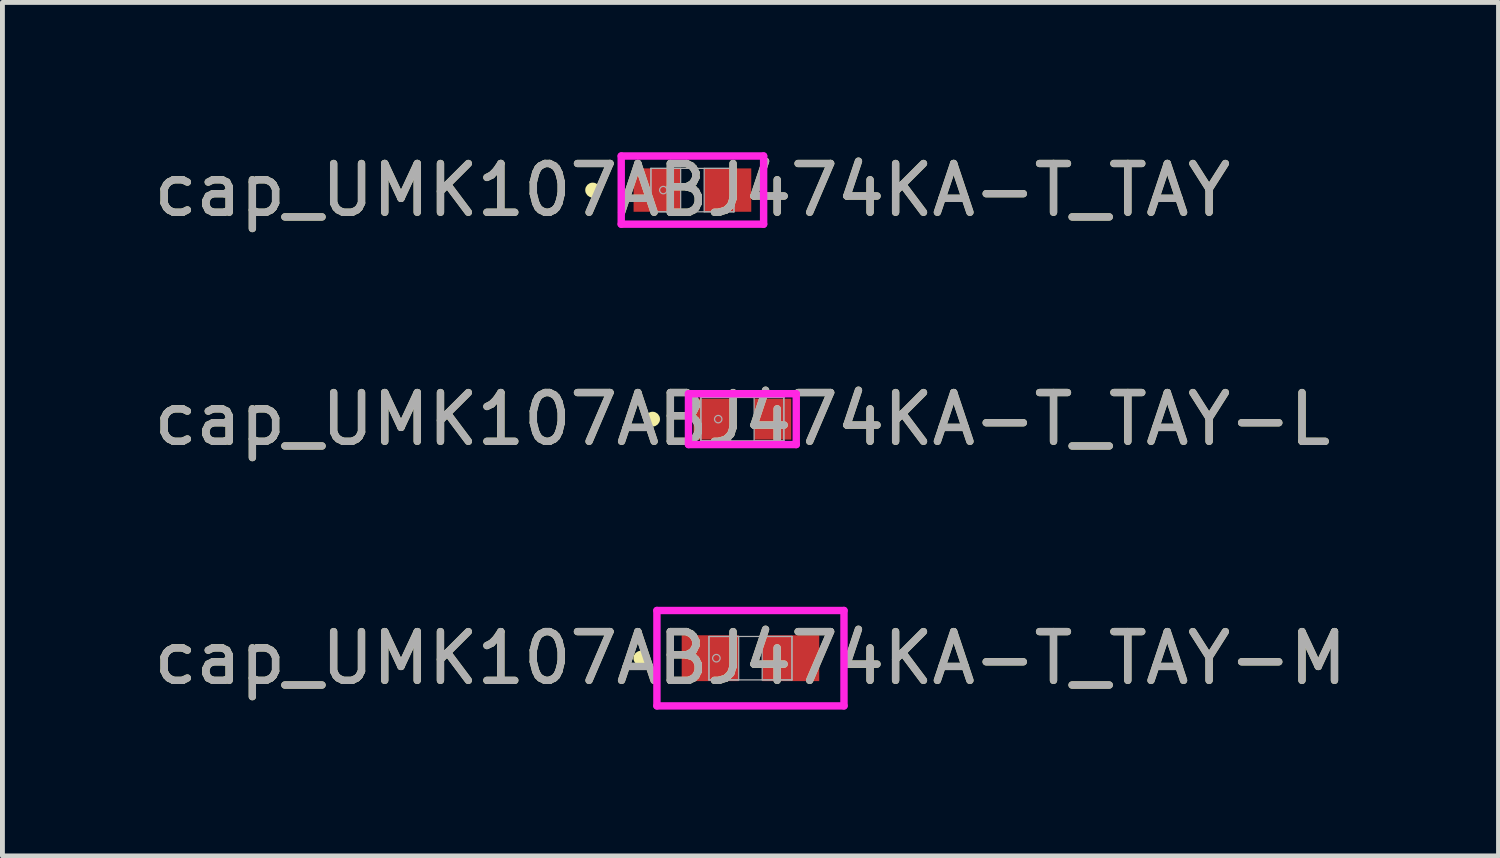
<source format=kicad_pcb>
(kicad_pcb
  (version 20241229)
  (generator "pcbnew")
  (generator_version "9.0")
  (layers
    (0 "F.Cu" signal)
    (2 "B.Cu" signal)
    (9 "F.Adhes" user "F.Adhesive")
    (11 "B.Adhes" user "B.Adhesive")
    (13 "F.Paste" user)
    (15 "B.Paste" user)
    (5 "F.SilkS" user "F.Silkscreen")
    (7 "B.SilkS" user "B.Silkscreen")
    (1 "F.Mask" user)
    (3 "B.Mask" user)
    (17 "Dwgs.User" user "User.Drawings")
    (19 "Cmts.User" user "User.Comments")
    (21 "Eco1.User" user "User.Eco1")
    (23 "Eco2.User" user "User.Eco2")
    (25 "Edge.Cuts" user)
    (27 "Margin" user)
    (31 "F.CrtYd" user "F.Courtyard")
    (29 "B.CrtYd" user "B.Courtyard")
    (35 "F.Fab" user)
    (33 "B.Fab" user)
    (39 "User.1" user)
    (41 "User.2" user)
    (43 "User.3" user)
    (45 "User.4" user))
  (footprint "cap_UMK107ABJ474KA-T_TAY"
    (layer "F.Cu")
    (at 11.149 0.848)
    (property "Reference" "cap_UMK107ABJ474KA-T_TAY" (at 0 0 0) (unlocked yes) (layer "F.SilkS") (effects (font (size 1 1) (thickness 0.15))))
    (attr smd)
    (fp_circle (center -2.045 0) (end -1.968 0) (stroke (width 0.152) (type solid)) (fill no) (layer "F.SilkS"))
    (fp_line (start -1.46 -0.699) (end 1.46 -0.699) (stroke (width 0.152) (type solid)) (layer "F.CrtYd"))
    (fp_line (start -1.46 0.699) (end -1.46 -0.699) (stroke (width 0.152) (type solid)) (layer "F.CrtYd"))
    (fp_line (start 1.46 -0.699) (end 1.46 0.699) (stroke (width 0.152) (type solid)) (layer "F.CrtYd"))
    (fp_line (start 1.46 0.699) (end -1.46 0.699) (stroke (width 0.152) (type solid)) (layer "F.CrtYd"))
    (fp_line (start -0.851 -0.445) (end -0.851 0.445) (stroke (width 0.025) (type solid)) (layer "F.Fab"))
    (fp_line (start -0.851 -0.445) (end -0.851 0.445) (stroke (width 0.025) (type solid)) (layer "F.Fab"))
    (fp_line (start -0.851 0.445) (end -0.241 0.445) (stroke (width 0.025) (type solid)) (layer "F.Fab"))
    (fp_line (start -0.851 0.445) (end 0.851 0.445) (stroke (width 0.025) (type solid)) (layer "F.Fab"))
    (fp_line (start -0.241 -0.445) (end -0.851 -0.445) (stroke (width 0.025) (type solid)) (layer "F.Fab"))
    (fp_line (start -0.241 0.445) (end -0.241 -0.445) (stroke (width 0.025) (type solid)) (layer "F.Fab"))
    (fp_line (start 0.241 -0.445) (end 0.241 0.445) (stroke (width 0.025) (type solid)) (layer "F.Fab"))
    (fp_line (start 0.241 0.445) (end 0.851 0.445) (stroke (width 0.025) (type solid)) (layer "F.Fab"))
    (fp_line (start 0.851 -0.445) (end -0.851 -0.445) (stroke (width 0.025) (type solid)) (layer "F.Fab"))
    (fp_line (start 0.851 -0.445) (end 0.241 -0.445) (stroke (width 0.025) (type solid)) (layer "F.Fab"))
    (fp_line (start 0.851 0.445) (end 0.851 -0.445) (stroke (width 0.025) (type solid)) (layer "F.Fab"))
    (fp_line (start 0.851 0.445) (end 0.851 -0.445) (stroke (width 0.025) (type solid)) (layer "F.Fab"))
    (fp_circle (center -0.597 0) (end -0.521 0) (stroke (width 0.025) (type solid)) (fill no) (layer "F.Fab"))
    (fp_text user "${REFERENCE}" (at 0 0 0) (unlocked yes) (layer "F.Fab") (effects (font (size 1 1) (thickness 0.15))))
    (pad "1" smd rect (at -0.724 0) (size 0.965 0.889) (layers "F.Cu" "F.Mask" "F.Paste"))
    (pad "2" smd rect (at 0.724 0) (size 0.965 0.889) (layers "F.Cu" "F.Mask" "F.Paste"))
    (zone (net_name "") (layer "F.Cu") (hatch full 0.508) (connect_pads) (min_thickness 0.254) (filled_areas_thickness no) (keepout (tracks not_allowed) (vias not_allowed) (pads allowed) (copperpour not_allowed) (footprints allowed)) (placement (enabled no)) (fill) (polygon (pts (xy 10.958 0.455) (xy 11.339 0.455) (xy 11.339 1.242) (xy 10.958 1.242)))))
  (footprint "cap_UMK107ABJ474KA-T_TAY-M"
    (layer "F.Cu")
    (at 12.339 10.447)
    (property "Reference" "cap_UMK107ABJ474KA-T_TAY-M" (at 0 0 0) (unlocked yes) (layer "F.SilkS") (effects (font (size 1 1) (thickness 0.15))))
    (attr smd)
    (fp_circle (center -2.248 0) (end -2.172 0) (stroke (width 0.152) (type solid)) (fill no) (layer "F.SilkS"))
    (fp_line (start -1.918 -0.978) (end 1.918 -0.978) (stroke (width 0.152) (type solid)) (layer "F.CrtYd"))
    (fp_line (start -1.918 0.978) (end -1.918 -0.978) (stroke (width 0.152) (type solid)) (layer "F.CrtYd"))
    (fp_line (start 1.918 -0.978) (end 1.918 0.978) (stroke (width 0.152) (type solid)) (layer "F.CrtYd"))
    (fp_line (start 1.918 0.978) (end -1.918 0.978) (stroke (width 0.152) (type solid)) (layer "F.CrtYd"))
    (fp_line (start -0.851 -0.445) (end -0.851 0.445) (stroke (width 0.025) (type solid)) (layer "F.Fab"))
    (fp_line (start -0.851 -0.445) (end -0.851 0.445) (stroke (width 0.025) (type solid)) (layer "F.Fab"))
    (fp_line (start -0.851 0.445) (end -0.241 0.445) (stroke (width 0.025) (type solid)) (layer "F.Fab"))
    (fp_line (start -0.851 0.445) (end 0.851 0.445) (stroke (width 0.025) (type solid)) (layer "F.Fab"))
    (fp_line (start -0.241 -0.445) (end -0.851 -0.445) (stroke (width 0.025) (type solid)) (layer "F.Fab"))
    (fp_line (start -0.241 0.445) (end -0.241 -0.445) (stroke (width 0.025) (type solid)) (layer "F.Fab"))
    (fp_line (start 0.241 -0.445) (end 0.241 0.445) (stroke (width 0.025) (type solid)) (layer "F.Fab"))
    (fp_line (start 0.241 0.445) (end 0.851 0.445) (stroke (width 0.025) (type solid)) (layer "F.Fab"))
    (fp_line (start 0.851 -0.445) (end -0.851 -0.445) (stroke (width 0.025) (type solid)) (layer "F.Fab"))
    (fp_line (start 0.851 -0.445) (end 0.241 -0.445) (stroke (width 0.025) (type solid)) (layer "F.Fab"))
    (fp_line (start 0.851 0.445) (end 0.851 -0.445) (stroke (width 0.025) (type solid)) (layer "F.Fab"))
    (fp_line (start 0.851 0.445) (end 0.851 -0.445) (stroke (width 0.025) (type solid)) (layer "F.Fab"))
    (fp_circle (center -0.699 0) (end -0.622 0) (stroke (width 0.025) (type solid)) (fill no) (layer "F.Fab"))
    (fp_text user "${REFERENCE}" (at 0 0 0) (unlocked yes) (layer "F.Fab") (effects (font (size 1 1) (thickness 0.15))))
    (pad "1" smd rect (at -0.826 0) (size 1.168 0.94) (layers "F.Cu" "F.Mask" "F.Paste"))
    (pad "2" smd rect (at 0.826 0) (size 1.168 0.94) (layers "F.Cu" "F.Mask" "F.Paste"))
    (zone (net_name "") (layer "F.Cu") (hatch full 0.508) (connect_pads) (min_thickness 0.254) (filled_areas_thickness no) (keepout (tracks not_allowed) (vias not_allowed) (pads allowed) (copperpour not_allowed) (footprints allowed)) (placement (enabled no)) (fill) (polygon (pts (xy 12.149 10.053) (xy 12.53 10.053) (xy 12.53 10.841) (xy 12.149 10.841)))))
  (footprint "cap_UMK107ABJ474KA-T_TAY-L"
    (layer "F.Cu")
    (at 12.173 5.545)
    (property "Reference" "cap_UMK107ABJ474KA-T_TAY-L" (at 0 0 0) (unlocked yes) (layer "F.SilkS") (effects (font (size 1 1) (thickness 0.15))))
    (attr smd)
    (fp_circle (center -1.841 0) (end -1.765 0) (stroke (width 0.152) (type solid)) (fill no) (layer "F.SilkS"))
    (fp_line (start -1.105 -0.521) (end 1.105 -0.521) (stroke (width 0.152) (type solid)) (layer "F.CrtYd"))
    (fp_line (start -1.105 0.521) (end -1.105 -0.521) (stroke (width 0.152) (type solid)) (layer "F.CrtYd"))
    (fp_line (start 1.105 -0.521) (end 1.105 0.521) (stroke (width 0.152) (type solid)) (layer "F.CrtYd"))
    (fp_line (start 1.105 0.521) (end -1.105 0.521) (stroke (width 0.152) (type solid)) (layer "F.CrtYd"))
    (fp_line (start -0.851 -0.445) (end -0.851 0.445) (stroke (width 0.025) (type solid)) (layer "F.Fab"))
    (fp_line (start -0.851 -0.445) (end -0.851 0.445) (stroke (width 0.025) (type solid)) (layer "F.Fab"))
    (fp_line (start -0.851 0.445) (end -0.241 0.445) (stroke (width 0.025) (type solid)) (layer "F.Fab"))
    (fp_line (start -0.851 0.445) (end 0.851 0.445) (stroke (width 0.025) (type solid)) (layer "F.Fab"))
    (fp_line (start -0.241 -0.445) (end -0.851 -0.445) (stroke (width 0.025) (type solid)) (layer "F.Fab"))
    (fp_line (start -0.241 0.445) (end -0.241 -0.445) (stroke (width 0.025) (type solid)) (layer "F.Fab"))
    (fp_line (start 0.241 -0.445) (end 0.241 0.445) (stroke (width 0.025) (type solid)) (layer "F.Fab"))
    (fp_line (start 0.241 0.445) (end 0.851 0.445) (stroke (width 0.025) (type solid)) (layer "F.Fab"))
    (fp_line (start 0.851 -0.445) (end -0.851 -0.445) (stroke (width 0.025) (type solid)) (layer "F.Fab"))
    (fp_line (start 0.851 -0.445) (end 0.241 -0.445) (stroke (width 0.025) (type solid)) (layer "F.Fab"))
    (fp_line (start 0.851 0.445) (end 0.851 -0.445) (stroke (width 0.025) (type solid)) (layer "F.Fab"))
    (fp_line (start 0.851 0.445) (end 0.851 -0.445) (stroke (width 0.025) (type solid)) (layer "F.Fab"))
    (fp_circle (center -0.495 0) (end -0.419 0) (stroke (width 0.025) (type solid)) (fill no) (layer "F.Fab"))
    (fp_text user "${REFERENCE}" (at 0 0 0) (unlocked yes) (layer "F.Fab") (effects (font (size 1 1) (thickness 0.15))))
    (pad "1" smd rect (at -0.622 0) (size 0.762 0.838) (layers "F.Cu" "F.Mask" "F.Paste"))
    (pad "2" smd rect (at 0.622 0) (size 0.762 0.838) (layers "F.Cu" "F.Mask" "F.Paste"))
    (zone (net_name "") (layer "F.Cu") (hatch full 0.508) (connect_pads) (min_thickness 0.254) (filled_areas_thickness no) (keepout (tracks not_allowed) (vias not_allowed) (pads allowed) (copperpour not_allowed) (footprints allowed)) (placement (enabled no)) (fill) (polygon (pts (xy 11.982 5.151) (xy 12.363 5.151) (xy 12.363 5.938) (xy 11.982 5.938)))))
  (gr_rect
    (start -3 -3)
    (end 27.679 14.501)
    (stroke (width 0.1) (type default))
    (fill no)
    (layer "Edge.Cuts")))
</source>
